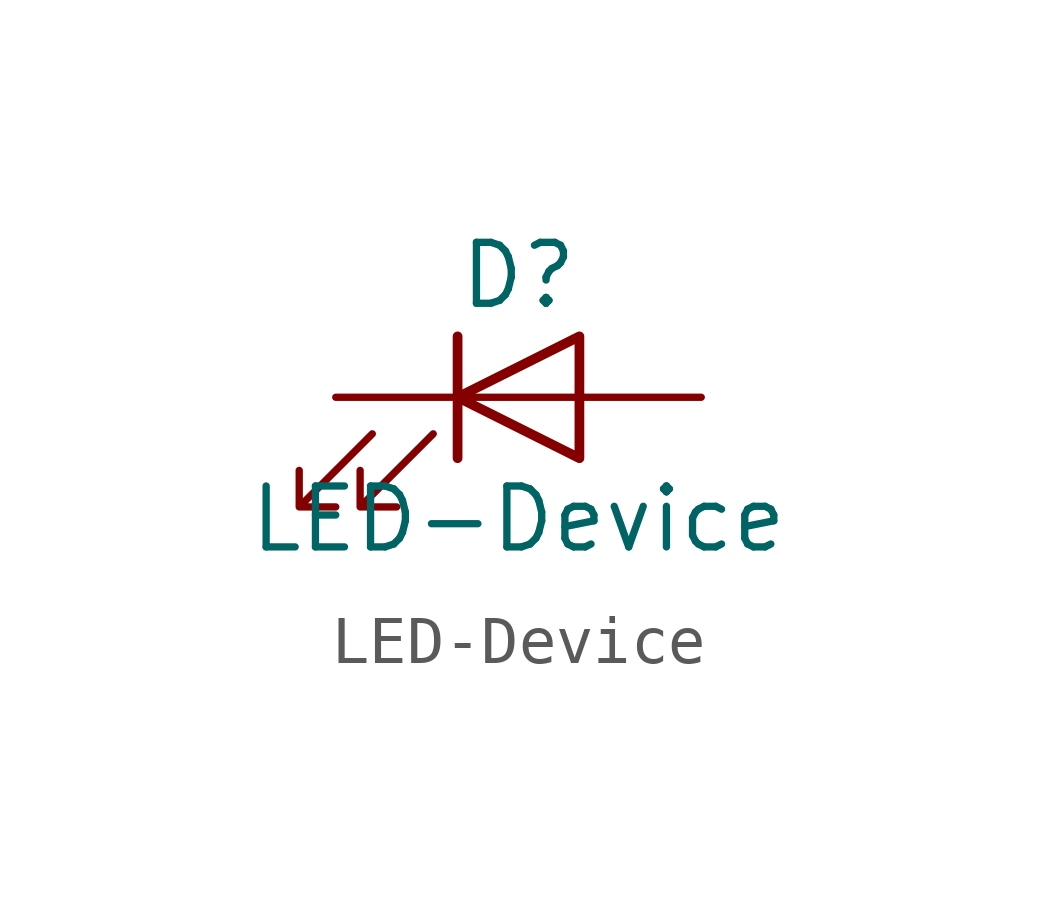
<source format=kicad_sym>
(kicad_symbol_lib
  (version 20220914)
  (generator kicad_symbol_editor)
  (symbol "LED-Device"
    (pin_numbers hide)
    (pin_names
      (offset 1.016) hide)
    (property "Reference" "D"
      (at 0 2.54 0)
      (effects (font (size 1.27 1.27))))
    (property "Value" "LED-Device"
      (at 0 -2.54 0)
      (effects (font (size 1.27 1.27))))
    (symbol "LED-Device_0_1"
      (polyline (pts (xy -1.27 -1.27) (xy -1.27 1.27)) (stroke (width 0.203) (type solid)) (fill (type none)))
      (polyline (pts (xy -1.27 0) (xy 1.27 0)) (stroke (width 0) (type solid)) (fill (type none)))
      (polyline (pts (xy 1.27 -1.27) (xy 1.27 1.27) (xy -1.27 0) (xy 1.27 -1.27)) (stroke (width 0.203) (type solid)) (fill (type none)))
      (polyline (pts (xy -3.048 -0.762) (xy -4.572 -2.286) (xy -3.81 -2.286) (xy -4.572 -2.286) (xy -4.572 -1.524)) (stroke (width 0) (type solid)) (fill (type none)))
      (polyline (pts (xy -1.778 -0.762) (xy -3.302 -2.286) (xy -2.54 -2.286) (xy -3.302 -2.286) (xy -3.302 -1.524)) (stroke (width 0) (type solid)) (fill (type none))))
    (symbol "LED-Device_1_1"
      (pin passive line (at -3.81 0 0) (length 2.54) (name "K" (effects (font (size 1.27 1.27)))) (number "1" (effects (font (size 1.27 1.27)))))
      (pin passive line (at 3.81 0 180) (length 2.54) (name "A" (effects (font (size 1.27 1.27)))) (number "2" (effects (font (size 1.27 1.27))))))))
</source>
